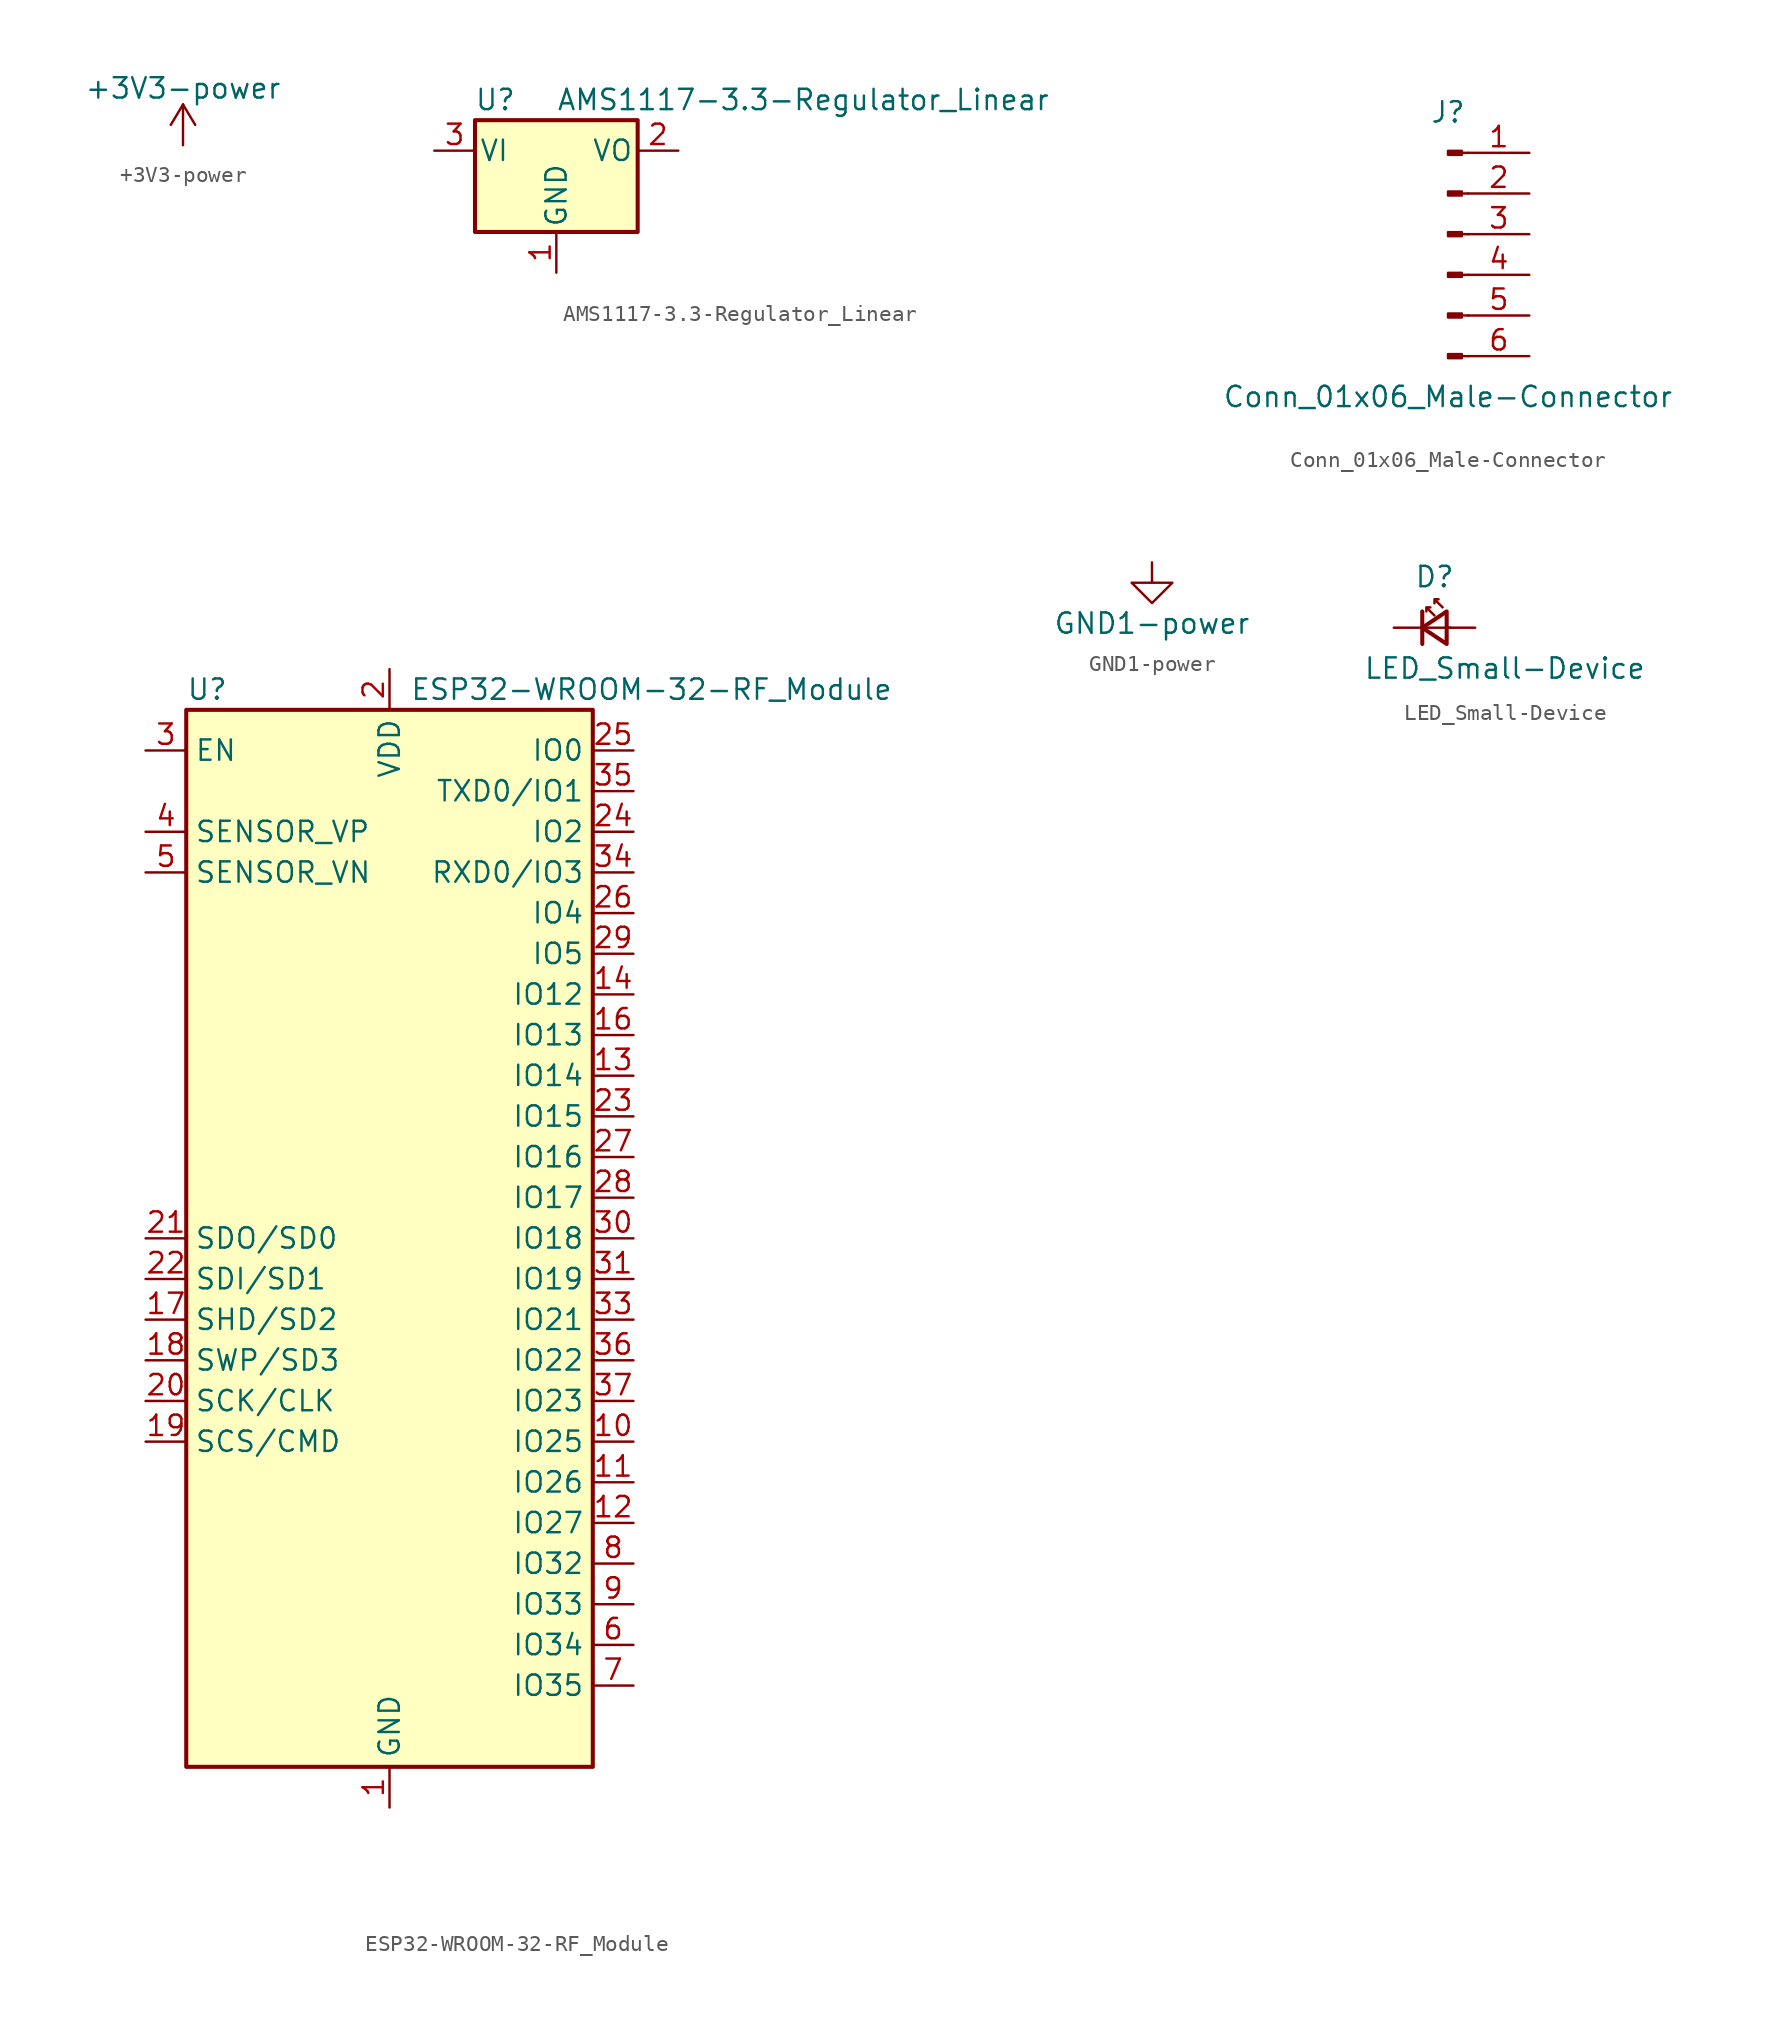
<source format=kicad_sym>
(kicad_symbol_lib
  (version 20201005)
  (generator kicad_symbol_editor)
  (symbol "+3V3-power"
    (power)
    (pin_names
      (offset 0))
    (property "Reference" "#PWR"
      (at 0 -3.81 0)
      (effects (font (size 1.27 1.27)) hide))
    (property "Value" "+3V3-power"
      (at 0 3.556 0)
      (effects (font (size 1.27 1.27))))
    (symbol "+3V3-power_0_1"
      (polyline (pts (xy -0.762 1.27) (xy 0 2.54)) (stroke (width 0)) (fill (type none)))
      (polyline (pts (xy 0 0) (xy 0 2.54)) (stroke (width 0)) (fill (type none)))
      (polyline (pts (xy 0 2.54) (xy 0.762 1.27)) (stroke (width 0)) (fill (type none))))
    (symbol "+3V3-power_1_1"
      (pin power_in line (at 0 0 90) (length 0) hide (name "+3V3" (effects (font (size 1.27 1.27)))) (number "1" (effects (font (size 1.27 1.27)))))))
  (symbol "AMS1117-3.3-Regulator_Linear"
    (pin_names
      (offset 0.254))
    (property "Reference" "U"
      (at -3.81 3.175 0)
      (effects (font (size 1.27 1.27))))
    (property "Value" "AMS1117-3.3-Regulator_Linear"
      (at 0 3.175 0)
      (effects (font (size 1.27 1.27)) (justify left)))
    (symbol "AMS1117-3.3-Regulator_Linear_0_1"
      (rectangle (start -5.08 -5.08) (end 5.08 1.905) (stroke (width 0.254)) (fill (type background))))
    (symbol "AMS1117-3.3-Regulator_Linear_1_1"
      (pin power_in line (at 0 -7.62 90) (length 2.54) (name "GND" (effects (font (size 1.27 1.27)))) (number "1" (effects (font (size 1.27 1.27)))))
      (pin power_out line (at 7.62 0 180) (length 2.54) (name "VO" (effects (font (size 1.27 1.27)))) (number "2" (effects (font (size 1.27 1.27)))))
      (pin power_in line (at -7.62 0 0) (length 2.54) (name "VI" (effects (font (size 1.27 1.27)))) (number "3" (effects (font (size 1.27 1.27)))))))
  (symbol "Conn_01x06_Male-Connector"
    (pin_names
      (offset 1.016) hide)
    (property "Reference" "J"
      (at 0 7.62 0)
      (effects (font (size 1.27 1.27))))
    (property "Value" "Conn_01x06_Male-Connector"
      (at 0 -10.16 0)
      (effects (font (size 1.27 1.27))))
    (symbol "Conn_01x06_Male-Connector_1_1"
      (rectangle (start 0.864 -7.493) (end 0 -7.747) (stroke (width 0.152)) (fill (type outline)))
      (rectangle (start 0.864 -4.953) (end 0 -5.207) (stroke (width 0.152)) (fill (type outline)))
      (rectangle (start 0.864 -2.413) (end 0 -2.667) (stroke (width 0.152)) (fill (type outline)))
      (rectangle (start 0.864 0.127) (end 0 -0.127) (stroke (width 0.152)) (fill (type outline)))
      (rectangle (start 0.864 2.667) (end 0 2.413) (stroke (width 0.152)) (fill (type outline)))
      (rectangle (start 0.864 5.207) (end 0 4.953) (stroke (width 0.152)) (fill (type outline)))
      (polyline (pts (xy 1.27 -7.62) (xy 0.864 -7.62)) (stroke (width 0.152)) (fill (type none)))
      (polyline (pts (xy 1.27 -5.08) (xy 0.864 -5.08)) (stroke (width 0.152)) (fill (type none)))
      (polyline (pts (xy 1.27 -2.54) (xy 0.864 -2.54)) (stroke (width 0.152)) (fill (type none)))
      (polyline (pts (xy 1.27 0) (xy 0.864 0)) (stroke (width 0.152)) (fill (type none)))
      (polyline (pts (xy 1.27 2.54) (xy 0.864 2.54)) (stroke (width 0.152)) (fill (type none)))
      (polyline (pts (xy 1.27 5.08) (xy 0.864 5.08)) (stroke (width 0.152)) (fill (type none)))
      (pin passive line (at 5.08 5.08 180) (length 3.81) (name "Pin_1" (effects (font (size 1.27 1.27)))) (number "1" (effects (font (size 1.27 1.27)))))
      (pin passive line (at 5.08 2.54 180) (length 3.81) (name "Pin_2" (effects (font (size 1.27 1.27)))) (number "2" (effects (font (size 1.27 1.27)))))
      (pin passive line (at 5.08 0 180) (length 3.81) (name "Pin_3" (effects (font (size 1.27 1.27)))) (number "3" (effects (font (size 1.27 1.27)))))
      (pin passive line (at 5.08 -2.54 180) (length 3.81) (name "Pin_4" (effects (font (size 1.27 1.27)))) (number "4" (effects (font (size 1.27 1.27)))))
      (pin passive line (at 5.08 -5.08 180) (length 3.81) (name "Pin_5" (effects (font (size 1.27 1.27)))) (number "5" (effects (font (size 1.27 1.27)))))
      (pin passive line (at 5.08 -7.62 180) (length 3.81) (name "Pin_6" (effects (font (size 1.27 1.27)))) (number "6" (effects (font (size 1.27 1.27)))))))
  (symbol "ESP32-WROOM-32-RF_Module"
    (property "Reference" "U"
      (at -12.7 34.29 0)
      (effects (font (size 1.27 1.27)) (justify left)))
    (property "Value" "ESP32-WROOM-32-RF_Module"
      (at 1.27 34.29 0)
      (effects (font (size 1.27 1.27)) (justify left)))
    (symbol "ESP32-WROOM-32-RF_Module_0_1"
      (rectangle (start -12.7 33.02) (end 12.7 -33.02) (stroke (width 0.254)) (fill (type background))))
    (symbol "ESP32-WROOM-32-RF_Module_1_1"
      (pin power_in line (at 0 -35.56 90) (length 2.54) (name "GND" (effects (font (size 1.27 1.27)))) (number "1" (effects (font (size 1.27 1.27)))))
      (pin bidirectional line (at 15.24 -12.7 180) (length 2.54) (name "IO25" (effects (font (size 1.27 1.27)))) (number "10" (effects (font (size 1.27 1.27)))))
      (pin bidirectional line (at 15.24 -15.24 180) (length 2.54) (name "IO26" (effects (font (size 1.27 1.27)))) (number "11" (effects (font (size 1.27 1.27)))))
      (pin bidirectional line (at 15.24 -17.78 180) (length 2.54) (name "IO27" (effects (font (size 1.27 1.27)))) (number "12" (effects (font (size 1.27 1.27)))))
      (pin bidirectional line (at 15.24 10.16 180) (length 2.54) (name "IO14" (effects (font (size 1.27 1.27)))) (number "13" (effects (font (size 1.27 1.27)))))
      (pin bidirectional line (at 15.24 15.24 180) (length 2.54) (name "IO12" (effects (font (size 1.27 1.27)))) (number "14" (effects (font (size 1.27 1.27)))))
      (pin passive line (at 0 -35.56 90) (length 2.54) hide (name "GND" (effects (font (size 1.27 1.27)))) (number "15" (effects (font (size 1.27 1.27)))))
      (pin bidirectional line (at 15.24 12.7 180) (length 2.54) (name "IO13" (effects (font (size 1.27 1.27)))) (number "16" (effects (font (size 1.27 1.27)))))
      (pin bidirectional line (at -15.24 -5.08 0) (length 2.54) (name "SHD/SD2" (effects (font (size 1.27 1.27)))) (number "17" (effects (font (size 1.27 1.27)))))
      (pin bidirectional line (at -15.24 -7.62 0) (length 2.54) (name "SWP/SD3" (effects (font (size 1.27 1.27)))) (number "18" (effects (font (size 1.27 1.27)))))
      (pin bidirectional line (at -15.24 -12.7 0) (length 2.54) (name "SCS/CMD" (effects (font (size 1.27 1.27)))) (number "19" (effects (font (size 1.27 1.27)))))
      (pin power_in line (at 0 35.56 270) (length 2.54) (name "VDD" (effects (font (size 1.27 1.27)))) (number "2" (effects (font (size 1.27 1.27)))))
      (pin bidirectional line (at -15.24 -10.16 0) (length 2.54) (name "SCK/CLK" (effects (font (size 1.27 1.27)))) (number "20" (effects (font (size 1.27 1.27)))))
      (pin bidirectional line (at -15.24 0 0) (length 2.54) (name "SDO/SD0" (effects (font (size 1.27 1.27)))) (number "21" (effects (font (size 1.27 1.27)))))
      (pin bidirectional line (at -15.24 -2.54 0) (length 2.54) (name "SDI/SD1" (effects (font (size 1.27 1.27)))) (number "22" (effects (font (size 1.27 1.27)))))
      (pin bidirectional line (at 15.24 7.62 180) (length 2.54) (name "IO15" (effects (font (size 1.27 1.27)))) (number "23" (effects (font (size 1.27 1.27)))))
      (pin bidirectional line (at 15.24 25.4 180) (length 2.54) (name "IO2" (effects (font (size 1.27 1.27)))) (number "24" (effects (font (size 1.27 1.27)))))
      (pin bidirectional line (at 15.24 30.48 180) (length 2.54) (name "IO0" (effects (font (size 1.27 1.27)))) (number "25" (effects (font (size 1.27 1.27)))))
      (pin bidirectional line (at 15.24 20.32 180) (length 2.54) (name "IO4" (effects (font (size 1.27 1.27)))) (number "26" (effects (font (size 1.27 1.27)))))
      (pin bidirectional line (at 15.24 5.08 180) (length 2.54) (name "IO16" (effects (font (size 1.27 1.27)))) (number "27" (effects (font (size 1.27 1.27)))))
      (pin bidirectional line (at 15.24 2.54 180) (length 2.54) (name "IO17" (effects (font (size 1.27 1.27)))) (number "28" (effects (font (size 1.27 1.27)))))
      (pin bidirectional line (at 15.24 17.78 180) (length 2.54) (name "IO5" (effects (font (size 1.27 1.27)))) (number "29" (effects (font (size 1.27 1.27)))))
      (pin input line (at -15.24 30.48 0) (length 2.54) (name "EN" (effects (font (size 1.27 1.27)))) (number "3" (effects (font (size 1.27 1.27)))))
      (pin bidirectional line (at 15.24 0 180) (length 2.54) (name "IO18" (effects (font (size 1.27 1.27)))) (number "30" (effects (font (size 1.27 1.27)))))
      (pin bidirectional line (at 15.24 -2.54 180) (length 2.54) (name "IO19" (effects (font (size 1.27 1.27)))) (number "31" (effects (font (size 1.27 1.27)))))
      (pin no_connect line (at -12.7 -27.94 0) (length 2.54) hide (name "NC" (effects (font (size 1.27 1.27)))) (number "32" (effects (font (size 1.27 1.27)))))
      (pin bidirectional line (at 15.24 -5.08 180) (length 2.54) (name "IO21" (effects (font (size 1.27 1.27)))) (number "33" (effects (font (size 1.27 1.27)))))
      (pin bidirectional line (at 15.24 22.86 180) (length 2.54) (name "RXD0/IO3" (effects (font (size 1.27 1.27)))) (number "34" (effects (font (size 1.27 1.27)))))
      (pin bidirectional line (at 15.24 27.94 180) (length 2.54) (name "TXD0/IO1" (effects (font (size 1.27 1.27)))) (number "35" (effects (font (size 1.27 1.27)))))
      (pin bidirectional line (at 15.24 -7.62 180) (length 2.54) (name "IO22" (effects (font (size 1.27 1.27)))) (number "36" (effects (font (size 1.27 1.27)))))
      (pin bidirectional line (at 15.24 -10.16 180) (length 2.54) (name "IO23" (effects (font (size 1.27 1.27)))) (number "37" (effects (font (size 1.27 1.27)))))
      (pin passive line (at 0 -35.56 90) (length 2.54) hide (name "GND" (effects (font (size 1.27 1.27)))) (number "38" (effects (font (size 1.27 1.27)))))
      (pin passive line (at 0 -35.56 90) (length 2.54) hide (name "GND" (effects (font (size 1.27 1.27)))) (number "39" (effects (font (size 1.27 1.27)))))
      (pin input line (at -15.24 25.4 0) (length 2.54) (name "SENSOR_VP" (effects (font (size 1.27 1.27)))) (number "4" (effects (font (size 1.27 1.27)))))
      (pin input line (at -15.24 22.86 0) (length 2.54) (name "SENSOR_VN" (effects (font (size 1.27 1.27)))) (number "5" (effects (font (size 1.27 1.27)))))
      (pin input line (at 15.24 -25.4 180) (length 2.54) (name "IO34" (effects (font (size 1.27 1.27)))) (number "6" (effects (font (size 1.27 1.27)))))
      (pin input line (at 15.24 -27.94 180) (length 2.54) (name "IO35" (effects (font (size 1.27 1.27)))) (number "7" (effects (font (size 1.27 1.27)))))
      (pin bidirectional line (at 15.24 -20.32 180) (length 2.54) (name "IO32" (effects (font (size 1.27 1.27)))) (number "8" (effects (font (size 1.27 1.27)))))
      (pin bidirectional line (at 15.24 -22.86 180) (length 2.54) (name "IO33" (effects (font (size 1.27 1.27)))) (number "9" (effects (font (size 1.27 1.27)))))))
  (symbol "GND1-power"
    (power)
    (pin_names
      (offset 0))
    (property "Reference" "#PWR"
      (at 0 -6.35 0)
      (effects (font (size 1.27 1.27)) hide))
    (property "Value" "GND1-power"
      (at 0 -3.81 0)
      (effects (font (size 1.27 1.27))))
    (symbol "GND1-power_0_1"
      (polyline (pts (xy 0 0) (xy 0 -1.27) (xy 1.27 -1.27) (xy 0 -2.54) (xy -1.27 -1.27) (xy 0 -1.27)) (stroke (width 0)) (fill (type none))))
    (symbol "GND1-power_1_1"
      (pin power_in line (at 0 0 270) (length 0) hide (name "GND1" (effects (font (size 1.27 1.27)))) (number "1" (effects (font (size 1.27 1.27)))))))
  (symbol "LED_Small-Device"
    (pin_numbers hide)
    (pin_names
      (offset 0.254) hide)
    (property "Reference" "D"
      (at -1.27 3.175 0)
      (effects (font (size 1.27 1.27)) (justify left)))
    (property "Value" "LED_Small-Device"
      (at -4.445 -2.54 0)
      (effects (font (size 1.27 1.27)) (justify left)))
    (symbol "LED_Small-Device_0_1"
      (polyline (pts (xy -0.762 -1.016) (xy -0.762 1.016)) (stroke (width 0.254)) (fill (type none)))
      (polyline (pts (xy 1.016 0) (xy -0.762 0)) (stroke (width 0)) (fill (type none)))
      (polyline (pts (xy 0.762 -1.016) (xy -0.762 0) (xy 0.762 1.016) (xy 0.762 -1.016)) (stroke (width 0.254)) (fill (type none)))
      (polyline (pts (xy 0 0.762) (xy -0.508 1.27) (xy -0.254 1.27) (xy -0.508 1.27) (xy -0.508 1.016)) (stroke (width 0)) (fill (type none)))
      (polyline (pts (xy 0.508 1.27) (xy 0 1.778) (xy 0.254 1.778) (xy 0 1.778) (xy 0 1.524)) (stroke (width 0)) (fill (type none))))
    (symbol "LED_Small-Device_1_1"
      (pin passive line (at -2.54 0 0) (length 1.778) (name "K" (effects (font (size 1.27 1.27)))) (number "1" (effects (font (size 1.27 1.27)))))
      (pin passive line (at 2.54 0 180) (length 1.778) (name "A" (effects (font (size 1.27 1.27)))) (number "2" (effects (font (size 1.27 1.27))))))))
</source>
